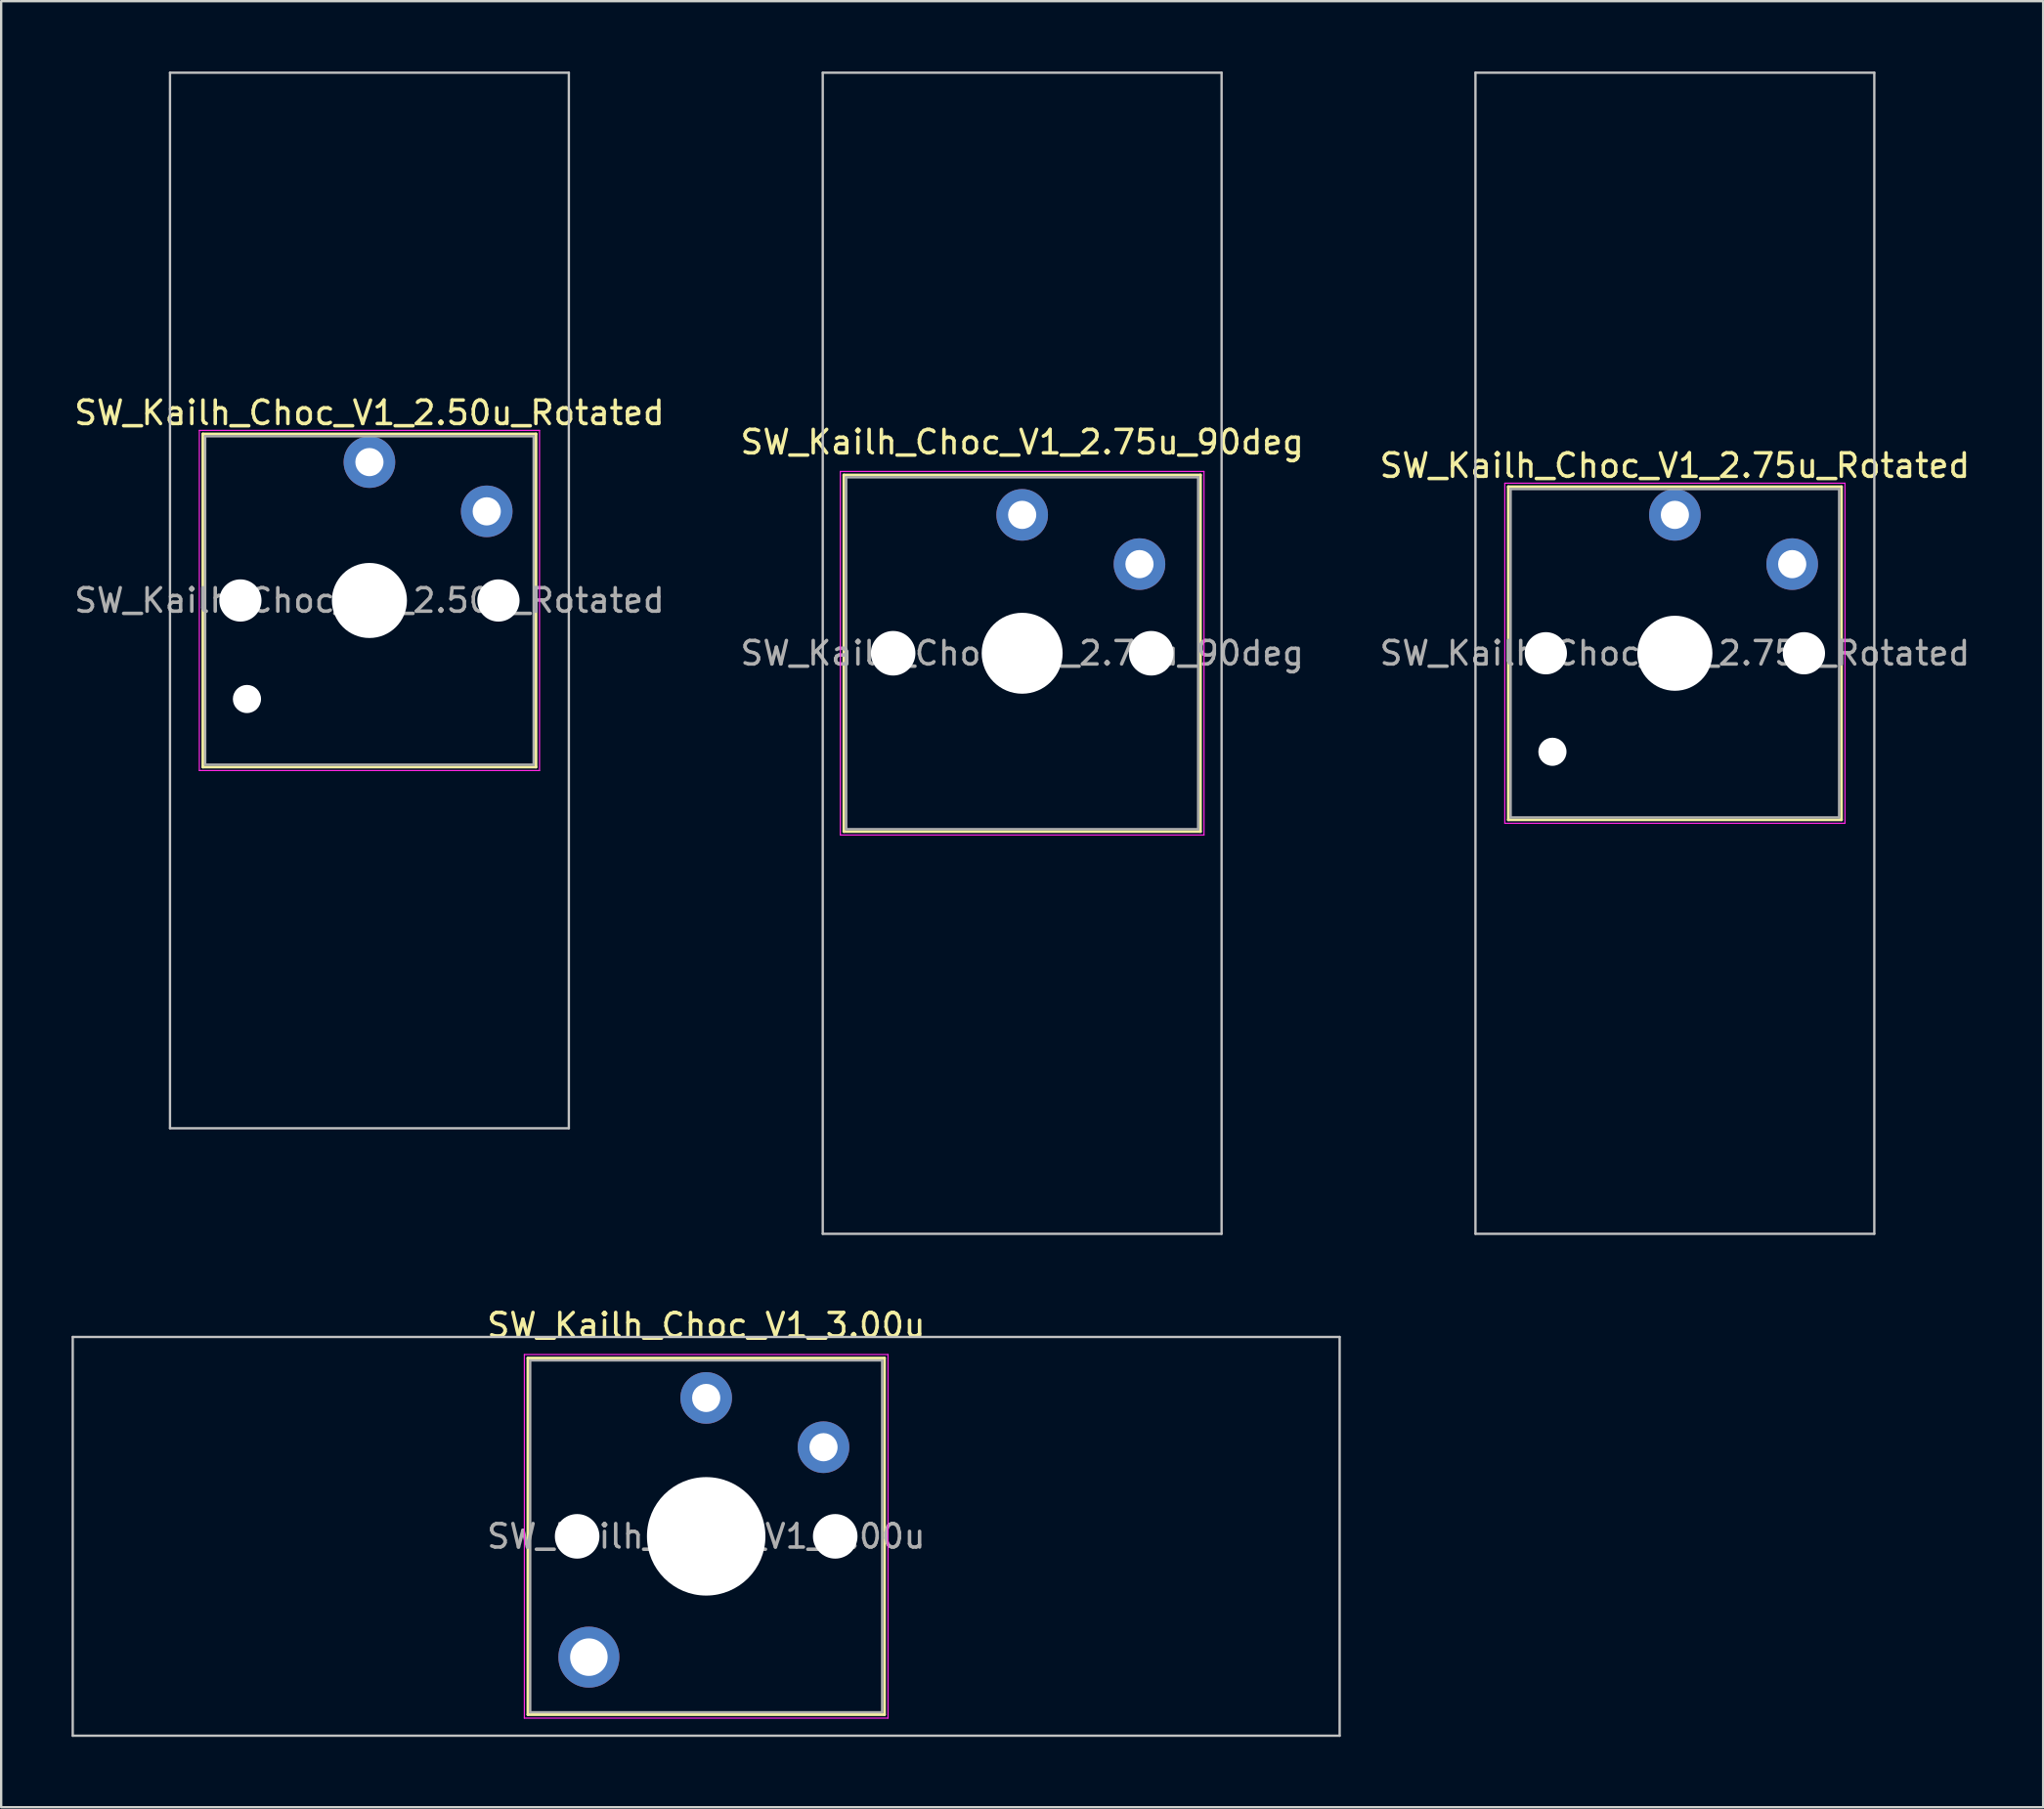
<source format=kicad_pcb>
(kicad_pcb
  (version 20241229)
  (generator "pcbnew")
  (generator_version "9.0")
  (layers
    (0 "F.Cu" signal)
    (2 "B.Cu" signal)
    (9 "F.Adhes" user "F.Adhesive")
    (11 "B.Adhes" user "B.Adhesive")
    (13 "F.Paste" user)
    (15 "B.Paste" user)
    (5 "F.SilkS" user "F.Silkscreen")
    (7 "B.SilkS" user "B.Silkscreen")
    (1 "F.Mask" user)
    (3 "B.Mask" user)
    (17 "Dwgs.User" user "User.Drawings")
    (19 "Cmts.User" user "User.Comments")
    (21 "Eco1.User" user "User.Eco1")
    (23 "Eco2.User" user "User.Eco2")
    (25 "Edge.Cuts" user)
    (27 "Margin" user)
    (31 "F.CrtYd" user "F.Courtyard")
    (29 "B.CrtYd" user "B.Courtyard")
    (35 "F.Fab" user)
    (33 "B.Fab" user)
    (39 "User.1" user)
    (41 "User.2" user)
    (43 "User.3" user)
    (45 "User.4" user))
  (footprint "SW_Kailh_Choc_V1_3.00u"
    (layer "F.Cu")
    (at 27.05 62.448)
    (property "Reference" "SW_Kailh_Choc_V1_3.00u" (at 0 -9 0) (layer "F.SilkS") (effects (font (size 1 1) (thickness 0.15))))
    (attr through_hole)
    (fp_line (start -7.6 -7.6) (end -7.6 7.6) (stroke (width 0.12) (type solid)) (layer "F.SilkS"))
    (fp_line (start -7.6 7.6) (end 7.6 7.6) (stroke (width 0.12) (type solid)) (layer "F.SilkS"))
    (fp_line (start 7.6 -7.6) (end -7.6 -7.6) (stroke (width 0.12) (type solid)) (layer "F.SilkS"))
    (fp_line (start 7.6 7.6) (end 7.6 -7.6) (stroke (width 0.12) (type solid)) (layer "F.SilkS"))
    (fp_line (start -27 -8.5) (end -27 8.5) (stroke (width 0.1) (type solid)) (layer "Dwgs.User"))
    (fp_line (start -27 8.5) (end 27 8.5) (stroke (width 0.1) (type solid)) (layer "Dwgs.User"))
    (fp_line (start 27 -8.5) (end -27 -8.5) (stroke (width 0.1) (type solid)) (layer "Dwgs.User"))
    (fp_line (start 27 8.5) (end 27 -8.5) (stroke (width 0.1) (type solid)) (layer "Dwgs.User"))
    (fp_line (start -7.25 -7.25) (end -7.25 7.25) (stroke (width 0.1) (type solid)) (layer "Eco1.User"))
    (fp_line (start -7.25 7.25) (end 7.25 7.25) (stroke (width 0.1) (type solid)) (layer "Eco1.User"))
    (fp_line (start 7.25 -7.25) (end -7.25 -7.25) (stroke (width 0.1) (type solid)) (layer "Eco1.User"))
    (fp_line (start 7.25 7.25) (end 7.25 -7.25) (stroke (width 0.1) (type solid)) (layer "Eco1.User"))
    (fp_line (start -7.75 -7.75) (end -7.75 7.75) (stroke (width 0.05) (type solid)) (layer "F.CrtYd"))
    (fp_line (start -7.75 7.75) (end 7.75 7.75) (stroke (width 0.05) (type solid)) (layer "F.CrtYd"))
    (fp_line (start 7.75 -7.75) (end -7.75 -7.75) (stroke (width 0.05) (type solid)) (layer "F.CrtYd"))
    (fp_line (start 7.75 7.75) (end 7.75 -7.75) (stroke (width 0.05) (type solid)) (layer "F.CrtYd"))
    (fp_line (start -7.5 -7.5) (end -7.5 7.5) (stroke (width 0.1) (type solid)) (layer "F.Fab"))
    (fp_line (start -7.5 7.5) (end 7.5 7.5) (stroke (width 0.1) (type solid)) (layer "F.Fab"))
    (fp_line (start 7.5 -7.5) (end -7.5 -7.5) (stroke (width 0.1) (type solid)) (layer "F.Fab"))
    (fp_line (start 7.5 7.5) (end 7.5 -7.5) (stroke (width 0.1) (type solid)) (layer "F.Fab"))
    (fp_text user "${REFERENCE}" (at 0 0 0) (layer "F.Fab") (effects (font (size 1 1) (thickness 0.15))))
    (pad "" np_thru_hole circle (at -5.5 0) (size 1.9 1.9) (drill 1.9) (layers "*.Cu" "*.Mask"))
    (pad "" thru_hole circle (at -5 5.15) (size 2.6 2.6) (drill 1.6) (layers "*.Cu" "B.Mask"))
    (pad "" np_thru_hole circle (at 0 0) (size 5.05 5.05) (drill 5.05) (layers "*.Cu" "*.Mask"))
    (pad "" np_thru_hole circle (at 5.5 0) (size 1.9 1.9) (drill 1.9) (layers "*.Cu" "*.Mask"))
    (pad "1" thru_hole circle (at 0 -5.9) (size 2.2 2.2) (drill 1.2) (layers "*.Cu" "B.Mask"))
    (pad "2" thru_hole circle (at 5 -3.8) (size 2.2 2.2) (drill 1.2) (layers "*.Cu" "B.Mask")))
  (footprint "SW_Kailh_Choc_V1_2.75u_Rotated"
    (layer "F.Cu")
    (at 68.339 24.8)
    (property "Reference" "SW_Kailh_Choc_V1_2.75u_Rotated" (at 0 -8 0) (layer "F.SilkS") (effects (font (size 1 1) (thickness 0.15))))
    (attr through_hole)
    (fp_line (start -7.1 -7.1) (end -7.1 7.1) (stroke (width 0.12) (type solid)) (layer "F.SilkS"))
    (fp_line (start -7.1 7.1) (end 7.1 7.1) (stroke (width 0.12) (type solid)) (layer "F.SilkS"))
    (fp_line (start 7.1 -7.1) (end -7.1 -7.1) (stroke (width 0.12) (type solid)) (layer "F.SilkS"))
    (fp_line (start 7.1 7.1) (end 7.1 -7.1) (stroke (width 0.12) (type solid)) (layer "F.SilkS"))
    (fp_line (start -8.5 -24.75) (end -8.5 24.75) (stroke (width 0.1) (type solid)) (layer "Dwgs.User"))
    (fp_line (start -8.5 24.75) (end 8.5 24.75) (stroke (width 0.1) (type solid)) (layer "Dwgs.User"))
    (fp_line (start 8.5 -24.75) (end -8.5 -24.75) (stroke (width 0.1) (type solid)) (layer "Dwgs.User"))
    (fp_line (start 8.5 24.75) (end 8.5 -24.75) (stroke (width 0.1) (type solid)) (layer "Dwgs.User"))
    (fp_line (start -7.25 -7.25) (end -7.25 7.25) (stroke (width 0.05) (type solid)) (layer "F.CrtYd"))
    (fp_line (start -7.25 7.25) (end 7.25 7.25) (stroke (width 0.05) (type solid)) (layer "F.CrtYd"))
    (fp_line (start 7.25 -7.25) (end -7.25 -7.25) (stroke (width 0.05) (type solid)) (layer "F.CrtYd"))
    (fp_line (start 7.25 7.25) (end 7.25 -7.25) (stroke (width 0.05) (type solid)) (layer "F.CrtYd"))
    (fp_line (start -7 -7) (end -7 7) (stroke (width 0.1) (type solid)) (layer "F.Fab"))
    (fp_line (start -7 7) (end 7 7) (stroke (width 0.1) (type solid)) (layer "F.Fab"))
    (fp_line (start 7 -7) (end -7 -7) (stroke (width 0.1) (type solid)) (layer "F.Fab"))
    (fp_line (start 7 7) (end 7 -7) (stroke (width 0.1) (type solid)) (layer "F.Fab"))
    (fp_text user "${REFERENCE}" (at 0 0 0) (layer "F.Fab") (effects (font (size 1 1) (thickness 0.15))))
    (pad "" np_thru_hole circle (at -5.5 0) (size 1.8 1.8) (drill 1.8) (layers "*.Cu" "*.Mask"))
    (pad "" np_thru_hole circle (at -5.22 4.2) (size 1.2 1.2) (drill 1.2) (layers "*.Cu" "*.Mask"))
    (pad "" np_thru_hole circle (at 0 0) (size 3.2 3.2) (drill 3.2) (layers "*.Cu" "*.Mask"))
    (pad "" np_thru_hole circle (at 5.5 0) (size 1.8 1.8) (drill 1.8) (layers "*.Cu" "*.Mask"))
    (pad "1" thru_hole circle (at 0 -5.9) (size 2.2 2.2) (drill 1.2) (layers "*.Cu" "B.Mask"))
    (pad "2" thru_hole circle (at 5 -3.8) (size 2.2 2.2) (drill 1.2) (layers "*.Cu" "B.Mask")))
  (footprint "SW_Kailh_Choc_V1_2.75u_90deg"
    (layer "F.Cu")
    (at 40.518 24.8)
    (property "Reference" "SW_Kailh_Choc_V1_2.75u_90deg" (at 0 -9 0) (layer "F.SilkS") (effects (font (size 1 1) (thickness 0.15))))
    (attr through_hole)
    (fp_line (start -7.6 -7.6) (end -7.6 7.6) (stroke (width 0.12) (type solid)) (layer "F.SilkS"))
    (fp_line (start -7.6 7.6) (end 7.6 7.6) (stroke (width 0.12) (type solid)) (layer "F.SilkS"))
    (fp_line (start 7.6 -7.6) (end -7.6 -7.6) (stroke (width 0.12) (type solid)) (layer "F.SilkS"))
    (fp_line (start 7.6 7.6) (end 7.6 -7.6) (stroke (width 0.12) (type solid)) (layer "F.SilkS"))
    (fp_line (start -8.5 -24.75) (end 8.5 -24.75) (stroke (width 0.1) (type solid)) (layer "Dwgs.User"))
    (fp_line (start -8.5 24.75) (end -8.5 -24.75) (stroke (width 0.1) (type solid)) (layer "Dwgs.User"))
    (fp_line (start 8.5 -24.75) (end 8.5 24.75) (stroke (width 0.1) (type solid)) (layer "Dwgs.User"))
    (fp_line (start 8.5 24.75) (end -8.5 24.75) (stroke (width 0.1) (type solid)) (layer "Dwgs.User"))
    (fp_line (start -7.25 -7.25) (end -7.25 7.25) (stroke (width 0.1) (type solid)) (layer "Eco1.User"))
    (fp_line (start -7.25 7.25) (end 7.25 7.25) (stroke (width 0.1) (type solid)) (layer "Eco1.User"))
    (fp_line (start 7.25 -7.25) (end -7.25 -7.25) (stroke (width 0.1) (type solid)) (layer "Eco1.User"))
    (fp_line (start 7.25 7.25) (end 7.25 -7.25) (stroke (width 0.1) (type solid)) (layer "Eco1.User"))
    (fp_line (start -7.75 -7.75) (end -7.75 7.75) (stroke (width 0.05) (type solid)) (layer "F.CrtYd"))
    (fp_line (start -7.75 7.75) (end 7.75 7.75) (stroke (width 0.05) (type solid)) (layer "F.CrtYd"))
    (fp_line (start 7.75 -7.75) (end -7.75 -7.75) (stroke (width 0.05) (type solid)) (layer "F.CrtYd"))
    (fp_line (start 7.75 7.75) (end 7.75 -7.75) (stroke (width 0.05) (type solid)) (layer "F.CrtYd"))
    (fp_line (start -7.5 -7.5) (end -7.5 7.5) (stroke (width 0.1) (type solid)) (layer "F.Fab"))
    (fp_line (start -7.5 7.5) (end 7.5 7.5) (stroke (width 0.1) (type solid)) (layer "F.Fab"))
    (fp_line (start 7.5 -7.5) (end -7.5 -7.5) (stroke (width 0.1) (type solid)) (layer "F.Fab"))
    (fp_line (start 7.5 7.5) (end 7.5 -7.5) (stroke (width 0.1) (type solid)) (layer "F.Fab"))
    (fp_text user "${REFERENCE}" (at 0 0 0) (layer "F.Fab") (effects (font (size 1 1) (thickness 0.15))))
    (pad "" np_thru_hole circle (at -5.5 0) (size 1.9 1.9) (drill 1.9) (layers "*.Cu" "*.Mask"))
    (pad "" np_thru_hole circle (at 0 0) (size 3.45 3.45) (drill 3.45) (layers "*.Cu" "*.Mask"))
    (pad "" np_thru_hole circle (at 5.5 0) (size 1.9 1.9) (drill 1.9) (layers "*.Cu" "*.Mask"))
    (pad "1" thru_hole circle (at 0 -5.9) (size 2.2 2.2) (drill 1.2) (layers "*.Cu" "*.Mask"))
    (pad "2" thru_hole circle (at 5 -3.8) (size 2.2 2.2) (drill 1.2) (layers "*.Cu" "*.Mask")))
  (footprint "SW_Kailh_Choc_V1_2.50u_Rotated"
    (layer "F.Cu")
    (at 12.696 22.55)
    (property "Reference" "SW_Kailh_Choc_V1_2.50u_Rotated" (at 0 -8 0) (layer "F.SilkS") (effects (font (size 1 1) (thickness 0.15))))
    (attr through_hole)
    (fp_line (start -7.1 -7.1) (end -7.1 7.1) (stroke (width 0.12) (type solid)) (layer "F.SilkS"))
    (fp_line (start -7.1 7.1) (end 7.1 7.1) (stroke (width 0.12) (type solid)) (layer "F.SilkS"))
    (fp_line (start 7.1 -7.1) (end -7.1 -7.1) (stroke (width 0.12) (type solid)) (layer "F.SilkS"))
    (fp_line (start 7.1 7.1) (end 7.1 -7.1) (stroke (width 0.12) (type solid)) (layer "F.SilkS"))
    (fp_line (start -8.5 -22.5) (end -8.5 22.5) (stroke (width 0.1) (type solid)) (layer "Dwgs.User"))
    (fp_line (start -8.5 22.5) (end 8.5 22.5) (stroke (width 0.1) (type solid)) (layer "Dwgs.User"))
    (fp_line (start 8.5 -22.5) (end -8.5 -22.5) (stroke (width 0.1) (type solid)) (layer "Dwgs.User"))
    (fp_line (start 8.5 22.5) (end 8.5 -22.5) (stroke (width 0.1) (type solid)) (layer "Dwgs.User"))
    (fp_line (start -7.25 -7.25) (end -7.25 7.25) (stroke (width 0.05) (type solid)) (layer "F.CrtYd"))
    (fp_line (start -7.25 7.25) (end 7.25 7.25) (stroke (width 0.05) (type solid)) (layer "F.CrtYd"))
    (fp_line (start 7.25 -7.25) (end -7.25 -7.25) (stroke (width 0.05) (type solid)) (layer "F.CrtYd"))
    (fp_line (start 7.25 7.25) (end 7.25 -7.25) (stroke (width 0.05) (type solid)) (layer "F.CrtYd"))
    (fp_line (start -7 -7) (end -7 7) (stroke (width 0.1) (type solid)) (layer "F.Fab"))
    (fp_line (start -7 7) (end 7 7) (stroke (width 0.1) (type solid)) (layer "F.Fab"))
    (fp_line (start 7 -7) (end -7 -7) (stroke (width 0.1) (type solid)) (layer "F.Fab"))
    (fp_line (start 7 7) (end 7 -7) (stroke (width 0.1) (type solid)) (layer "F.Fab"))
    (fp_text user "${REFERENCE}" (at 0 0 0) (layer "F.Fab") (effects (font (size 1 1) (thickness 0.15))))
    (pad "" np_thru_hole circle (at -5.5 0) (size 1.8 1.8) (drill 1.8) (layers "*.Cu" "*.Mask"))
    (pad "" np_thru_hole circle (at -5.22 4.2) (size 1.2 1.2) (drill 1.2) (layers "*.Cu" "*.Mask"))
    (pad "" np_thru_hole circle (at 0 0) (size 3.2 3.2) (drill 3.2) (layers "*.Cu" "*.Mask"))
    (pad "" np_thru_hole circle (at 5.5 0) (size 1.8 1.8) (drill 1.8) (layers "*.Cu" "*.Mask"))
    (pad "1" thru_hole circle (at 0 -5.9) (size 2.2 2.2) (drill 1.2) (layers "*.Cu" "B.Mask"))
    (pad "2" thru_hole circle (at 5 -3.8) (size 2.2 2.2) (drill 1.2) (layers "*.Cu" "B.Mask")))
  (gr_rect
    (start -3 -3)
    (end 84.036 73.998)
    (stroke (width 0.1) (type default))
    (fill no)
    (layer "Edge.Cuts")))
</source>
